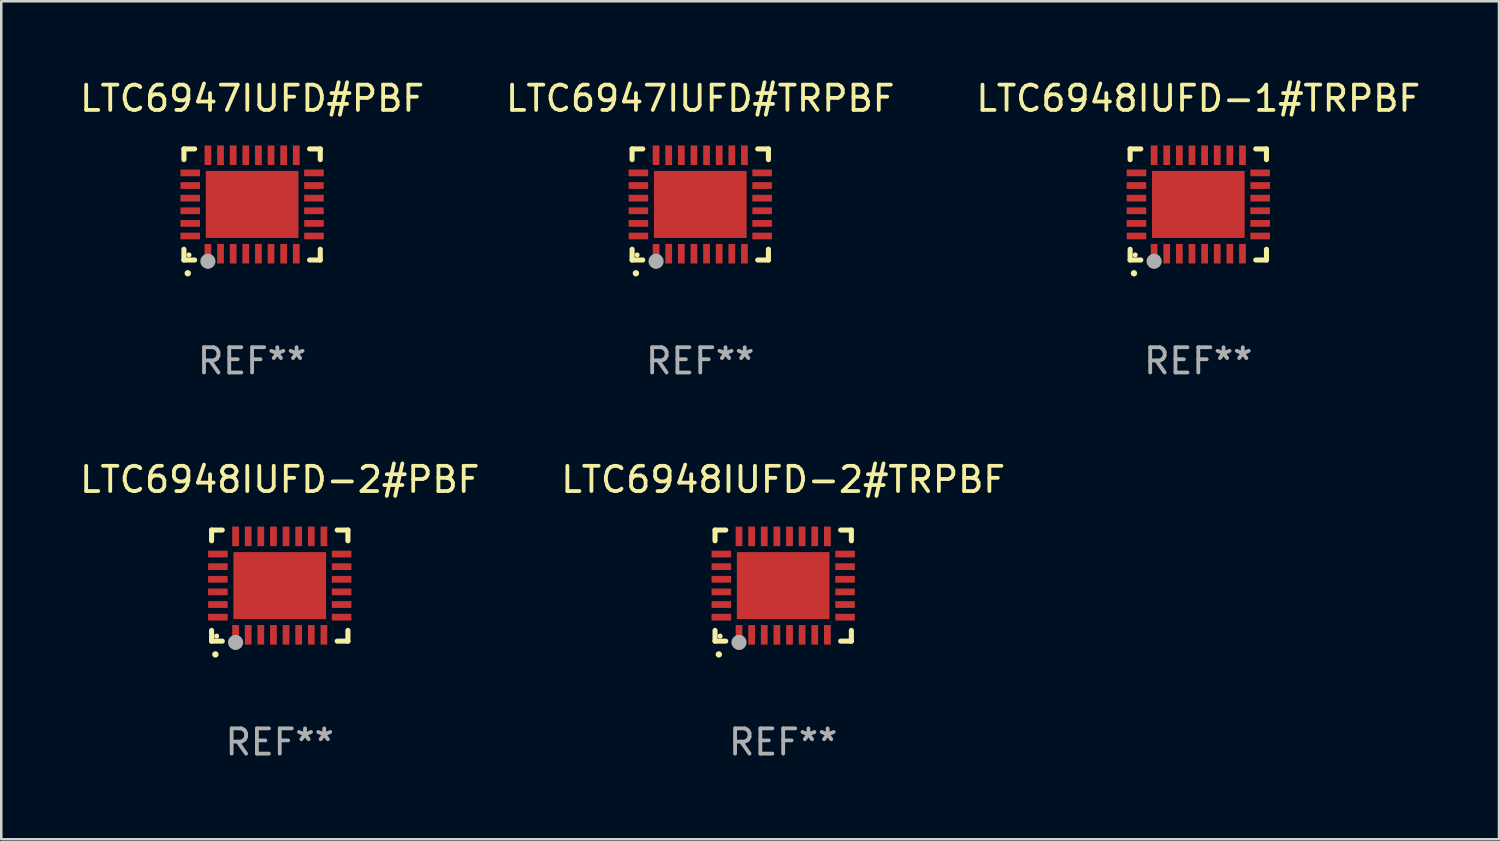
<source format=kicad_pcb>
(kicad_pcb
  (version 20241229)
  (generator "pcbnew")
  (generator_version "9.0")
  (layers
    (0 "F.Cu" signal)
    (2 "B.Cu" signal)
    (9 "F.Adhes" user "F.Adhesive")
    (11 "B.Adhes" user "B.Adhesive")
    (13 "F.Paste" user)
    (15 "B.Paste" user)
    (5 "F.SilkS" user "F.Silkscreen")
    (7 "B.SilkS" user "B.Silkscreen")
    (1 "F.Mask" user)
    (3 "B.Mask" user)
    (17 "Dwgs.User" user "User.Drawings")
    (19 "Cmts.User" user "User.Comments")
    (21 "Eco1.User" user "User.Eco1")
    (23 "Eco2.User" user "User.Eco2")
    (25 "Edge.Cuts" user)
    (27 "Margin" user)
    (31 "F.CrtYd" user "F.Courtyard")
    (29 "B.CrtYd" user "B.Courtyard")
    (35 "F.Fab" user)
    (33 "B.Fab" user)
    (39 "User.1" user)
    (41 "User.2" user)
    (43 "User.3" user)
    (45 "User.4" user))
  (footprint "LTC6947IUFD#TRPBF"
    (layer "F.Cu")
    (at 24.685 5.048)
    (property "Reference" "LTC6947IUFD#TRPBF" (at 0 -4.2 0) (layer "F.SilkS") (effects (font (size 1 1) (thickness 0.15))))
    (attr through_hole)
    (fp_line (start -2.7 -2.2) (end -2.276 -2.2) (stroke (width 0.201) (type solid)) (layer "F.SilkS"))
    (fp_line (start -2.7 -1.775) (end -2.7 -2.2) (stroke (width 0.201) (type solid)) (layer "F.SilkS"))
    (fp_line (start -2.7 2.2) (end -2.7 1.775) (stroke (width 0.201) (type solid)) (layer "F.SilkS"))
    (fp_line (start -2.276 2.2) (end -2.7 2.2) (stroke (width 0.201) (type solid)) (layer "F.SilkS"))
    (fp_line (start 2.276 2.2) (end 2.7 2.2) (stroke (width 0.201) (type solid)) (layer "F.SilkS"))
    (fp_line (start 2.7 -2.2) (end 2.276 -2.2) (stroke (width 0.201) (type solid)) (layer "F.SilkS"))
    (fp_line (start 2.7 -1.775) (end 2.7 -2.2) (stroke (width 0.201) (type solid)) (layer "F.SilkS"))
    (fp_line (start 2.7 2.2) (end 2.7 1.775) (stroke (width 0.201) (type solid)) (layer "F.SilkS"))
    (fp_arc (start -2.550165 2.725425) (mid -2.548895 2.725419) (end -2.547625 2.725425) (stroke (width 0.24892) (type solid)) (layer "F.SilkS"))
    (fp_circle (center -2.5 2) (end -2.45 2) (stroke (width 0.1) (type solid)) (fill no) (layer "F.SilkS"))
    (fp_circle (center -1.75 2.25) (end -1.6 2.25) (stroke (width 0.3) (type solid)) (fill no) (layer "F.Fab"))
    (fp_text user "REF**" (at 0 6.2 0) (layer "F.Fab") (effects (font (size 1 1) (thickness 0.15))))
    (pad "1" smd rect (at -1.75 1.95) (size 0.267 0.775) (layers "F.Cu" "F.Mask" "F.Paste"))
    (pad "2" smd rect (at -1.25 1.95) (size 0.267 0.775) (layers "F.Cu" "F.Mask" "F.Paste"))
    (pad "3" smd rect (at -0.75 1.95) (size 0.267 0.775) (layers "F.Cu" "F.Mask" "F.Paste"))
    (pad "4" smd rect (at -0.25 1.95) (size 0.267 0.775) (layers "F.Cu" "F.Mask" "F.Paste"))
    (pad "5" smd rect (at 0.25 1.95) (size 0.267 0.775) (layers "F.Cu" "F.Mask" "F.Paste"))
    (pad "6" smd rect (at 0.75 1.95) (size 0.267 0.775) (layers "F.Cu" "F.Mask" "F.Paste"))
    (pad "7" smd rect (at 1.25 1.95) (size 0.267 0.775) (layers "F.Cu" "F.Mask" "F.Paste"))
    (pad "8" smd rect (at 1.75 1.95) (size 0.267 0.775) (layers "F.Cu" "F.Mask" "F.Paste"))
    (pad "9" smd rect (at 2.45 1.25) (size 0.775 0.267) (layers "F.Cu" "F.Mask" "F.Paste"))
    (pad "10" smd rect (at 2.45 0.75) (size 0.775 0.267) (layers "F.Cu" "F.Mask" "F.Paste"))
    (pad "11" smd rect (at 2.45 0.25) (size 0.775 0.267) (layers "F.Cu" "F.Mask" "F.Paste"))
    (pad "12" smd rect (at 2.45 -0.25) (size 0.775 0.267) (layers "F.Cu" "F.Mask" "F.Paste"))
    (pad "13" smd rect (at 2.45 -0.75) (size 0.775 0.267) (layers "F.Cu" "F.Mask" "F.Paste"))
    (pad "14" smd rect (at 2.45 -1.25) (size 0.775 0.267) (layers "F.Cu" "F.Mask" "F.Paste"))
    (pad "15" smd rect (at 1.75 -1.95) (size 0.267 0.775) (layers "F.Cu" "F.Mask" "F.Paste"))
    (pad "16" smd rect (at 1.25 -1.95) (size 0.267 0.775) (layers "F.Cu" "F.Mask" "F.Paste"))
    (pad "17" smd rect (at 0.75 -1.95) (size 0.267 0.775) (layers "F.Cu" "F.Mask" "F.Paste"))
    (pad "18" smd rect (at 0.25 -1.95) (size 0.267 0.775) (layers "F.Cu" "F.Mask" "F.Paste"))
    (pad "19" smd rect (at -0.25 -1.95) (size 0.267 0.775) (layers "F.Cu" "F.Mask" "F.Paste"))
    (pad "20" smd rect (at -0.75 -1.95) (size 0.267 0.775) (layers "F.Cu" "F.Mask" "F.Paste"))
    (pad "21" smd rect (at -1.25 -1.95) (size 0.267 0.775) (layers "F.Cu" "F.Mask" "F.Paste"))
    (pad "22" smd rect (at -1.75 -1.95) (size 0.267 0.775) (layers "F.Cu" "F.Mask" "F.Paste"))
    (pad "23" smd rect (at -2.45 -1.25) (size 0.775 0.267) (layers "F.Cu" "F.Mask" "F.Paste"))
    (pad "24" smd rect (at -2.45 -0.75) (size 0.775 0.267) (layers "F.Cu" "F.Mask" "F.Paste"))
    (pad "25" smd rect (at -2.45 -0.25) (size 0.775 0.267) (layers "F.Cu" "F.Mask" "F.Paste"))
    (pad "26" smd rect (at -2.45 0.25) (size 0.775 0.267) (layers "F.Cu" "F.Mask" "F.Paste"))
    (pad "27" smd rect (at -2.45 0.75) (size 0.775 0.267) (layers "F.Cu" "F.Mask" "F.Paste"))
    (pad "28" smd rect (at -2.45 1.25) (size 0.775 0.267) (layers "F.Cu" "F.Mask" "F.Paste"))
    (pad "29" smd rect (at 0.000127 0.000127) (size 3.67 2.654) (layers "F.Cu" "F.Mask" "F.Paste")))
  (footprint "LTC6948IUFD-2#PBF"
    (layer "F.Cu")
    (at 8.03 20.144)
    (property "Reference" "LTC6948IUFD-2#PBF" (at 0 -4.2 0) (layer "F.SilkS") (effects (font (size 1 1) (thickness 0.15))))
    (attr through_hole)
    (fp_line (start -2.7 -2.2) (end -2.276 -2.2) (stroke (width 0.201) (type solid)) (layer "F.SilkS"))
    (fp_line (start -2.7 -1.775) (end -2.7 -2.2) (stroke (width 0.201) (type solid)) (layer "F.SilkS"))
    (fp_line (start -2.7 2.2) (end -2.7 1.775) (stroke (width 0.201) (type solid)) (layer "F.SilkS"))
    (fp_line (start -2.276 2.2) (end -2.7 2.2) (stroke (width 0.201) (type solid)) (layer "F.SilkS"))
    (fp_line (start 2.276 2.2) (end 2.7 2.2) (stroke (width 0.201) (type solid)) (layer "F.SilkS"))
    (fp_line (start 2.7 -2.2) (end 2.276 -2.2) (stroke (width 0.201) (type solid)) (layer "F.SilkS"))
    (fp_line (start 2.7 -1.775) (end 2.7 -2.2) (stroke (width 0.201) (type solid)) (layer "F.SilkS"))
    (fp_line (start 2.7 2.2) (end 2.7 1.775) (stroke (width 0.201) (type solid)) (layer "F.SilkS"))
    (fp_arc (start -2.550165 2.725425) (mid -2.548895 2.725419) (end -2.547625 2.725425) (stroke (width 0.24892) (type solid)) (layer "F.SilkS"))
    (fp_circle (center -2.5 2) (end -2.45 2) (stroke (width 0.1) (type solid)) (fill no) (layer "F.SilkS"))
    (fp_circle (center -1.75 2.25) (end -1.6 2.25) (stroke (width 0.3) (type solid)) (fill no) (layer "F.Fab"))
    (fp_text user "REF**" (at 0 6.2 0) (layer "F.Fab") (effects (font (size 1 1) (thickness 0.15))))
    (pad "1" smd rect (at -1.75 1.95) (size 0.267 0.775) (layers "F.Cu" "F.Mask" "F.Paste"))
    (pad "2" smd rect (at -1.25 1.95) (size 0.267 0.775) (layers "F.Cu" "F.Mask" "F.Paste"))
    (pad "3" smd rect (at -0.75 1.95) (size 0.267 0.775) (layers "F.Cu" "F.Mask" "F.Paste"))
    (pad "4" smd rect (at -0.25 1.95) (size 0.267 0.775) (layers "F.Cu" "F.Mask" "F.Paste"))
    (pad "5" smd rect (at 0.25 1.95) (size 0.267 0.775) (layers "F.Cu" "F.Mask" "F.Paste"))
    (pad "6" smd rect (at 0.75 1.95) (size 0.267 0.775) (layers "F.Cu" "F.Mask" "F.Paste"))
    (pad "7" smd rect (at 1.25 1.95) (size 0.267 0.775) (layers "F.Cu" "F.Mask" "F.Paste"))
    (pad "8" smd rect (at 1.75 1.95) (size 0.267 0.775) (layers "F.Cu" "F.Mask" "F.Paste"))
    (pad "9" smd rect (at 2.45 1.25) (size 0.775 0.267) (layers "F.Cu" "F.Mask" "F.Paste"))
    (pad "10" smd rect (at 2.45 0.75) (size 0.775 0.267) (layers "F.Cu" "F.Mask" "F.Paste"))
    (pad "11" smd rect (at 2.45 0.25) (size 0.775 0.267) (layers "F.Cu" "F.Mask" "F.Paste"))
    (pad "12" smd rect (at 2.45 -0.25) (size 0.775 0.267) (layers "F.Cu" "F.Mask" "F.Paste"))
    (pad "13" smd rect (at 2.45 -0.75) (size 0.775 0.267) (layers "F.Cu" "F.Mask" "F.Paste"))
    (pad "14" smd rect (at 2.45 -1.25) (size 0.775 0.267) (layers "F.Cu" "F.Mask" "F.Paste"))
    (pad "15" smd rect (at 1.75 -1.95) (size 0.267 0.775) (layers "F.Cu" "F.Mask" "F.Paste"))
    (pad "16" smd rect (at 1.25 -1.95) (size 0.267 0.775) (layers "F.Cu" "F.Mask" "F.Paste"))
    (pad "17" smd rect (at 0.75 -1.95) (size 0.267 0.775) (layers "F.Cu" "F.Mask" "F.Paste"))
    (pad "18" smd rect (at 0.25 -1.95) (size 0.267 0.775) (layers "F.Cu" "F.Mask" "F.Paste"))
    (pad "19" smd rect (at -0.25 -1.95) (size 0.267 0.775) (layers "F.Cu" "F.Mask" "F.Paste"))
    (pad "20" smd rect (at -0.75 -1.95) (size 0.267 0.775) (layers "F.Cu" "F.Mask" "F.Paste"))
    (pad "21" smd rect (at -1.25 -1.95) (size 0.267 0.775) (layers "F.Cu" "F.Mask" "F.Paste"))
    (pad "22" smd rect (at -1.75 -1.95) (size 0.267 0.775) (layers "F.Cu" "F.Mask" "F.Paste"))
    (pad "23" smd rect (at -2.45 -1.25) (size 0.775 0.267) (layers "F.Cu" "F.Mask" "F.Paste"))
    (pad "24" smd rect (at -2.45 -0.75) (size 0.775 0.267) (layers "F.Cu" "F.Mask" "F.Paste"))
    (pad "25" smd rect (at -2.45 -0.25) (size 0.775 0.267) (layers "F.Cu" "F.Mask" "F.Paste"))
    (pad "26" smd rect (at -2.45 0.25) (size 0.775 0.267) (layers "F.Cu" "F.Mask" "F.Paste"))
    (pad "27" smd rect (at -2.45 0.75) (size 0.775 0.267) (layers "F.Cu" "F.Mask" "F.Paste"))
    (pad "28" smd rect (at -2.45 1.25) (size 0.775 0.267) (layers "F.Cu" "F.Mask" "F.Paste"))
    (pad "29" smd rect (at 0.000127 0.000127) (size 3.67 2.654) (layers "F.Cu" "F.Mask" "F.Paste")))
  (footprint "LTC6947IUFD#PBF"
    (layer "F.Cu")
    (at 6.935 5.048)
    (property "Reference" "LTC6947IUFD#PBF" (at 0 -4.2 0) (layer "F.SilkS") (effects (font (size 1 1) (thickness 0.15))))
    (attr through_hole)
    (fp_line (start -2.7 -2.2) (end -2.276 -2.2) (stroke (width 0.201) (type solid)) (layer "F.SilkS"))
    (fp_line (start -2.7 -1.775) (end -2.7 -2.2) (stroke (width 0.201) (type solid)) (layer "F.SilkS"))
    (fp_line (start -2.7 2.2) (end -2.7 1.775) (stroke (width 0.201) (type solid)) (layer "F.SilkS"))
    (fp_line (start -2.276 2.2) (end -2.7 2.2) (stroke (width 0.201) (type solid)) (layer "F.SilkS"))
    (fp_line (start 2.276 2.2) (end 2.7 2.2) (stroke (width 0.201) (type solid)) (layer "F.SilkS"))
    (fp_line (start 2.7 -2.2) (end 2.276 -2.2) (stroke (width 0.201) (type solid)) (layer "F.SilkS"))
    (fp_line (start 2.7 -1.775) (end 2.7 -2.2) (stroke (width 0.201) (type solid)) (layer "F.SilkS"))
    (fp_line (start 2.7 2.2) (end 2.7 1.775) (stroke (width 0.201) (type solid)) (layer "F.SilkS"))
    (fp_arc (start -2.550165 2.725425) (mid -2.548895 2.725419) (end -2.547625 2.725425) (stroke (width 0.24892) (type solid)) (layer "F.SilkS"))
    (fp_circle (center -2.5 2) (end -2.45 2) (stroke (width 0.1) (type solid)) (fill no) (layer "F.SilkS"))
    (fp_circle (center -1.75 2.25) (end -1.6 2.25) (stroke (width 0.3) (type solid)) (fill no) (layer "F.Fab"))
    (fp_text user "REF**" (at 0 6.2 0) (layer "F.Fab") (effects (font (size 1 1) (thickness 0.15))))
    (pad "1" smd rect (at -1.75 1.95) (size 0.267 0.775) (layers "F.Cu" "F.Mask" "F.Paste"))
    (pad "2" smd rect (at -1.25 1.95) (size 0.267 0.775) (layers "F.Cu" "F.Mask" "F.Paste"))
    (pad "3" smd rect (at -0.75 1.95) (size 0.267 0.775) (layers "F.Cu" "F.Mask" "F.Paste"))
    (pad "4" smd rect (at -0.25 1.95) (size 0.267 0.775) (layers "F.Cu" "F.Mask" "F.Paste"))
    (pad "5" smd rect (at 0.25 1.95) (size 0.267 0.775) (layers "F.Cu" "F.Mask" "F.Paste"))
    (pad "6" smd rect (at 0.75 1.95) (size 0.267 0.775) (layers "F.Cu" "F.Mask" "F.Paste"))
    (pad "7" smd rect (at 1.25 1.95) (size 0.267 0.775) (layers "F.Cu" "F.Mask" "F.Paste"))
    (pad "8" smd rect (at 1.75 1.95) (size 0.267 0.775) (layers "F.Cu" "F.Mask" "F.Paste"))
    (pad "9" smd rect (at 2.45 1.25) (size 0.775 0.267) (layers "F.Cu" "F.Mask" "F.Paste"))
    (pad "10" smd rect (at 2.45 0.75) (size 0.775 0.267) (layers "F.Cu" "F.Mask" "F.Paste"))
    (pad "11" smd rect (at 2.45 0.25) (size 0.775 0.267) (layers "F.Cu" "F.Mask" "F.Paste"))
    (pad "12" smd rect (at 2.45 -0.25) (size 0.775 0.267) (layers "F.Cu" "F.Mask" "F.Paste"))
    (pad "13" smd rect (at 2.45 -0.75) (size 0.775 0.267) (layers "F.Cu" "F.Mask" "F.Paste"))
    (pad "14" smd rect (at 2.45 -1.25) (size 0.775 0.267) (layers "F.Cu" "F.Mask" "F.Paste"))
    (pad "15" smd rect (at 1.75 -1.95) (size 0.267 0.775) (layers "F.Cu" "F.Mask" "F.Paste"))
    (pad "16" smd rect (at 1.25 -1.95) (size 0.267 0.775) (layers "F.Cu" "F.Mask" "F.Paste"))
    (pad "17" smd rect (at 0.75 -1.95) (size 0.267 0.775) (layers "F.Cu" "F.Mask" "F.Paste"))
    (pad "18" smd rect (at 0.25 -1.95) (size 0.267 0.775) (layers "F.Cu" "F.Mask" "F.Paste"))
    (pad "19" smd rect (at -0.25 -1.95) (size 0.267 0.775) (layers "F.Cu" "F.Mask" "F.Paste"))
    (pad "20" smd rect (at -0.75 -1.95) (size 0.267 0.775) (layers "F.Cu" "F.Mask" "F.Paste"))
    (pad "21" smd rect (at -1.25 -1.95) (size 0.267 0.775) (layers "F.Cu" "F.Mask" "F.Paste"))
    (pad "22" smd rect (at -1.75 -1.95) (size 0.267 0.775) (layers "F.Cu" "F.Mask" "F.Paste"))
    (pad "23" smd rect (at -2.45 -1.25) (size 0.775 0.267) (layers "F.Cu" "F.Mask" "F.Paste"))
    (pad "24" smd rect (at -2.45 -0.75) (size 0.775 0.267) (layers "F.Cu" "F.Mask" "F.Paste"))
    (pad "25" smd rect (at -2.45 -0.25) (size 0.775 0.267) (layers "F.Cu" "F.Mask" "F.Paste"))
    (pad "26" smd rect (at -2.45 0.25) (size 0.775 0.267) (layers "F.Cu" "F.Mask" "F.Paste"))
    (pad "27" smd rect (at -2.45 0.75) (size 0.775 0.267) (layers "F.Cu" "F.Mask" "F.Paste"))
    (pad "28" smd rect (at -2.45 1.25) (size 0.775 0.267) (layers "F.Cu" "F.Mask" "F.Paste"))
    (pad "29" smd rect (at 0.000127 0.000127) (size 3.67 2.654) (layers "F.Cu" "F.Mask" "F.Paste")))
  (footprint "LTC6948IUFD-2#TRPBF"
    (layer "F.Cu")
    (at 27.97 20.144)
    (property "Reference" "LTC6948IUFD-2#TRPBF" (at 0 -4.2 0) (layer "F.SilkS") (effects (font (size 1 1) (thickness 0.15))))
    (attr through_hole)
    (fp_line (start -2.7 -2.2) (end -2.276 -2.2) (stroke (width 0.201) (type solid)) (layer "F.SilkS"))
    (fp_line (start -2.7 -1.775) (end -2.7 -2.2) (stroke (width 0.201) (type solid)) (layer "F.SilkS"))
    (fp_line (start -2.7 2.2) (end -2.7 1.775) (stroke (width 0.201) (type solid)) (layer "F.SilkS"))
    (fp_line (start -2.276 2.2) (end -2.7 2.2) (stroke (width 0.201) (type solid)) (layer "F.SilkS"))
    (fp_line (start 2.276 2.2) (end 2.7 2.2) (stroke (width 0.201) (type solid)) (layer "F.SilkS"))
    (fp_line (start 2.7 -2.2) (end 2.276 -2.2) (stroke (width 0.201) (type solid)) (layer "F.SilkS"))
    (fp_line (start 2.7 -1.775) (end 2.7 -2.2) (stroke (width 0.201) (type solid)) (layer "F.SilkS"))
    (fp_line (start 2.7 2.2) (end 2.7 1.775) (stroke (width 0.201) (type solid)) (layer "F.SilkS"))
    (fp_arc (start -2.550165 2.725425) (mid -2.548895 2.725419) (end -2.547625 2.725425) (stroke (width 0.24892) (type solid)) (layer "F.SilkS"))
    (fp_circle (center -2.5 2) (end -2.45 2) (stroke (width 0.1) (type solid)) (fill no) (layer "F.SilkS"))
    (fp_circle (center -1.75 2.25) (end -1.6 2.25) (stroke (width 0.3) (type solid)) (fill no) (layer "F.Fab"))
    (fp_text user "REF**" (at 0 6.2 0) (layer "F.Fab") (effects (font (size 1 1) (thickness 0.15))))
    (pad "1" smd rect (at -1.75 1.95) (size 0.267 0.775) (layers "F.Cu" "F.Mask" "F.Paste"))
    (pad "2" smd rect (at -1.25 1.95) (size 0.267 0.775) (layers "F.Cu" "F.Mask" "F.Paste"))
    (pad "3" smd rect (at -0.75 1.95) (size 0.267 0.775) (layers "F.Cu" "F.Mask" "F.Paste"))
    (pad "4" smd rect (at -0.25 1.95) (size 0.267 0.775) (layers "F.Cu" "F.Mask" "F.Paste"))
    (pad "5" smd rect (at 0.25 1.95) (size 0.267 0.775) (layers "F.Cu" "F.Mask" "F.Paste"))
    (pad "6" smd rect (at 0.75 1.95) (size 0.267 0.775) (layers "F.Cu" "F.Mask" "F.Paste"))
    (pad "7" smd rect (at 1.25 1.95) (size 0.267 0.775) (layers "F.Cu" "F.Mask" "F.Paste"))
    (pad "8" smd rect (at 1.75 1.95) (size 0.267 0.775) (layers "F.Cu" "F.Mask" "F.Paste"))
    (pad "9" smd rect (at 2.45 1.25) (size 0.775 0.267) (layers "F.Cu" "F.Mask" "F.Paste"))
    (pad "10" smd rect (at 2.45 0.75) (size 0.775 0.267) (layers "F.Cu" "F.Mask" "F.Paste"))
    (pad "11" smd rect (at 2.45 0.25) (size 0.775 0.267) (layers "F.Cu" "F.Mask" "F.Paste"))
    (pad "12" smd rect (at 2.45 -0.25) (size 0.775 0.267) (layers "F.Cu" "F.Mask" "F.Paste"))
    (pad "13" smd rect (at 2.45 -0.75) (size 0.775 0.267) (layers "F.Cu" "F.Mask" "F.Paste"))
    (pad "14" smd rect (at 2.45 -1.25) (size 0.775 0.267) (layers "F.Cu" "F.Mask" "F.Paste"))
    (pad "15" smd rect (at 1.75 -1.95) (size 0.267 0.775) (layers "F.Cu" "F.Mask" "F.Paste"))
    (pad "16" smd rect (at 1.25 -1.95) (size 0.267 0.775) (layers "F.Cu" "F.Mask" "F.Paste"))
    (pad "17" smd rect (at 0.75 -1.95) (size 0.267 0.775) (layers "F.Cu" "F.Mask" "F.Paste"))
    (pad "18" smd rect (at 0.25 -1.95) (size 0.267 0.775) (layers "F.Cu" "F.Mask" "F.Paste"))
    (pad "19" smd rect (at -0.25 -1.95) (size 0.267 0.775) (layers "F.Cu" "F.Mask" "F.Paste"))
    (pad "20" smd rect (at -0.75 -1.95) (size 0.267 0.775) (layers "F.Cu" "F.Mask" "F.Paste"))
    (pad "21" smd rect (at -1.25 -1.95) (size 0.267 0.775) (layers "F.Cu" "F.Mask" "F.Paste"))
    (pad "22" smd rect (at -1.75 -1.95) (size 0.267 0.775) (layers "F.Cu" "F.Mask" "F.Paste"))
    (pad "23" smd rect (at -2.45 -1.25) (size 0.775 0.267) (layers "F.Cu" "F.Mask" "F.Paste"))
    (pad "24" smd rect (at -2.45 -0.75) (size 0.775 0.267) (layers "F.Cu" "F.Mask" "F.Paste"))
    (pad "25" smd rect (at -2.45 -0.25) (size 0.775 0.267) (layers "F.Cu" "F.Mask" "F.Paste"))
    (pad "26" smd rect (at -2.45 0.25) (size 0.775 0.267) (layers "F.Cu" "F.Mask" "F.Paste"))
    (pad "27" smd rect (at -2.45 0.75) (size 0.775 0.267) (layers "F.Cu" "F.Mask" "F.Paste"))
    (pad "28" smd rect (at -2.45 1.25) (size 0.775 0.267) (layers "F.Cu" "F.Mask" "F.Paste"))
    (pad "29" smd rect (at 0.000127 0.000127) (size 3.67 2.654) (layers "F.Cu" "F.Mask" "F.Paste")))
  (footprint "LTC6948IUFD-1#TRPBF"
    (layer "F.Cu")
    (at 44.411 5.048)
    (property "Reference" "LTC6948IUFD-1#TRPBF" (at 0 -4.2 0) (layer "F.SilkS") (effects (font (size 1 1) (thickness 0.15))))
    (attr through_hole)
    (fp_line (start -2.7 -2.2) (end -2.276 -2.2) (stroke (width 0.201) (type solid)) (layer "F.SilkS"))
    (fp_line (start -2.7 -1.775) (end -2.7 -2.2) (stroke (width 0.201) (type solid)) (layer "F.SilkS"))
    (fp_line (start -2.7 2.2) (end -2.7 1.775) (stroke (width 0.201) (type solid)) (layer "F.SilkS"))
    (fp_line (start -2.276 2.2) (end -2.7 2.2) (stroke (width 0.201) (type solid)) (layer "F.SilkS"))
    (fp_line (start 2.276 2.2) (end 2.7 2.2) (stroke (width 0.201) (type solid)) (layer "F.SilkS"))
    (fp_line (start 2.7 -2.2) (end 2.276 -2.2) (stroke (width 0.201) (type solid)) (layer "F.SilkS"))
    (fp_line (start 2.7 -1.775) (end 2.7 -2.2) (stroke (width 0.201) (type solid)) (layer "F.SilkS"))
    (fp_line (start 2.7 2.2) (end 2.7 1.775) (stroke (width 0.201) (type solid)) (layer "F.SilkS"))
    (fp_arc (start -2.550165 2.725425) (mid -2.548895 2.725419) (end -2.547625 2.725425) (stroke (width 0.24892) (type solid)) (layer "F.SilkS"))
    (fp_circle (center -2.5 2) (end -2.45 2) (stroke (width 0.1) (type solid)) (fill no) (layer "F.SilkS"))
    (fp_circle (center -1.75 2.25) (end -1.6 2.25) (stroke (width 0.3) (type solid)) (fill no) (layer "F.Fab"))
    (fp_text user "REF**" (at 0 6.2 0) (layer "F.Fab") (effects (font (size 1 1) (thickness 0.15))))
    (pad "1" smd rect (at -1.75 1.95) (size 0.267 0.775) (layers "F.Cu" "F.Mask" "F.Paste"))
    (pad "2" smd rect (at -1.25 1.95) (size 0.267 0.775) (layers "F.Cu" "F.Mask" "F.Paste"))
    (pad "3" smd rect (at -0.75 1.95) (size 0.267 0.775) (layers "F.Cu" "F.Mask" "F.Paste"))
    (pad "4" smd rect (at -0.25 1.95) (size 0.267 0.775) (layers "F.Cu" "F.Mask" "F.Paste"))
    (pad "5" smd rect (at 0.25 1.95) (size 0.267 0.775) (layers "F.Cu" "F.Mask" "F.Paste"))
    (pad "6" smd rect (at 0.75 1.95) (size 0.267 0.775) (layers "F.Cu" "F.Mask" "F.Paste"))
    (pad "7" smd rect (at 1.25 1.95) (size 0.267 0.775) (layers "F.Cu" "F.Mask" "F.Paste"))
    (pad "8" smd rect (at 1.75 1.95) (size 0.267 0.775) (layers "F.Cu" "F.Mask" "F.Paste"))
    (pad "9" smd rect (at 2.45 1.25) (size 0.775 0.267) (layers "F.Cu" "F.Mask" "F.Paste"))
    (pad "10" smd rect (at 2.45 0.75) (size 0.775 0.267) (layers "F.Cu" "F.Mask" "F.Paste"))
    (pad "11" smd rect (at 2.45 0.25) (size 0.775 0.267) (layers "F.Cu" "F.Mask" "F.Paste"))
    (pad "12" smd rect (at 2.45 -0.25) (size 0.775 0.267) (layers "F.Cu" "F.Mask" "F.Paste"))
    (pad "13" smd rect (at 2.45 -0.75) (size 0.775 0.267) (layers "F.Cu" "F.Mask" "F.Paste"))
    (pad "14" smd rect (at 2.45 -1.25) (size 0.775 0.267) (layers "F.Cu" "F.Mask" "F.Paste"))
    (pad "15" smd rect (at 1.75 -1.95) (size 0.267 0.775) (layers "F.Cu" "F.Mask" "F.Paste"))
    (pad "16" smd rect (at 1.25 -1.95) (size 0.267 0.775) (layers "F.Cu" "F.Mask" "F.Paste"))
    (pad "17" smd rect (at 0.75 -1.95) (size 0.267 0.775) (layers "F.Cu" "F.Mask" "F.Paste"))
    (pad "18" smd rect (at 0.25 -1.95) (size 0.267 0.775) (layers "F.Cu" "F.Mask" "F.Paste"))
    (pad "19" smd rect (at -0.25 -1.95) (size 0.267 0.775) (layers "F.Cu" "F.Mask" "F.Paste"))
    (pad "20" smd rect (at -0.75 -1.95) (size 0.267 0.775) (layers "F.Cu" "F.Mask" "F.Paste"))
    (pad "21" smd rect (at -1.25 -1.95) (size 0.267 0.775) (layers "F.Cu" "F.Mask" "F.Paste"))
    (pad "22" smd rect (at -1.75 -1.95) (size 0.267 0.775) (layers "F.Cu" "F.Mask" "F.Paste"))
    (pad "23" smd rect (at -2.45 -1.25) (size 0.775 0.267) (layers "F.Cu" "F.Mask" "F.Paste"))
    (pad "24" smd rect (at -2.45 -0.75) (size 0.775 0.267) (layers "F.Cu" "F.Mask" "F.Paste"))
    (pad "25" smd rect (at -2.45 -0.25) (size 0.775 0.267) (layers "F.Cu" "F.Mask" "F.Paste"))
    (pad "26" smd rect (at -2.45 0.25) (size 0.775 0.267) (layers "F.Cu" "F.Mask" "F.Paste"))
    (pad "27" smd rect (at -2.45 0.75) (size 0.775 0.267) (layers "F.Cu" "F.Mask" "F.Paste"))
    (pad "28" smd rect (at -2.45 1.25) (size 0.775 0.267) (layers "F.Cu" "F.Mask" "F.Paste"))
    (pad "29" smd rect (at 0.000127 0.000127) (size 3.67 2.654) (layers "F.Cu" "F.Mask" "F.Paste")))
  (gr_rect
    (start -3 -3)
    (end 56.321 30.192)
    (stroke (width 0.1) (type default))
    (fill no)
    (layer "Edge.Cuts")))
</source>
